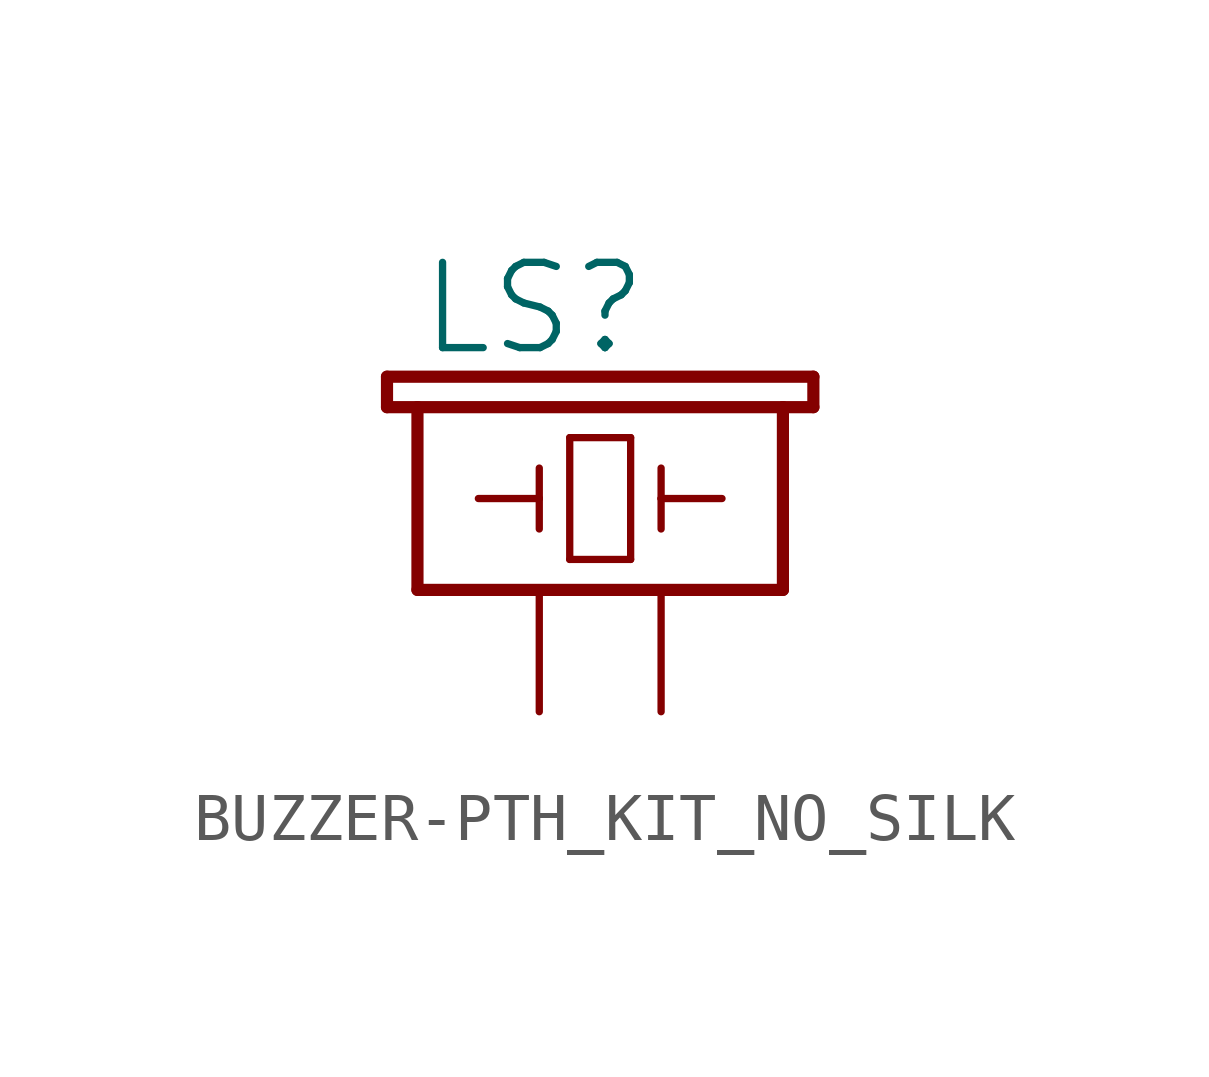
<source format=kicad_sym>
(kicad_symbol_lib
  (version 20231120)
  (generator "kicad_symbol_editor")
  (generator_version "8.0")
  (symbol "BUZZER-PTH_KIT_NO_SILK"
    (property "Reference" "LS"
      (at -2.54 4.826 0)
      (effects (font (size 1.778 1.778)) (justify left bottom)))
    (property "Value" ""
      (at 5.334 0 0)
      (effects (font (size 1.778 1.778)) (justify left bottom)))
    (property "ki_locked" ""
      (at 0 0 0)
      (effects (font (size 1.27 1.27))))
    (symbol "BUZZER-PTH_KIT_NO_SILK_1_0"
      (polyline (pts (xy -3.175 3.81) (xy -2.54 3.81)) (stroke (width 0.254) (type solid)) (fill (type none)))
      (polyline (pts (xy -3.175 4.445) (xy -3.175 3.81)) (stroke (width 0.254) (type solid)) (fill (type none)))
      (polyline (pts (xy -2.54 0) (xy 5.08 0)) (stroke (width 0.254) (type solid)) (fill (type none)))
      (polyline (pts (xy -2.54 3.81) (xy -2.54 0)) (stroke (width 0.254) (type solid)) (fill (type none)))
      (polyline (pts (xy -2.54 3.81) (xy 5.08 3.81)) (stroke (width 0.254) (type solid)) (fill (type none)))
      (polyline (pts (xy -1.27 1.905) (xy 0 1.905)) (stroke (width 0.152) (type solid)) (fill (type none)))
      (polyline (pts (xy 0 1.905) (xy 0 1.27)) (stroke (width 0.152) (type solid)) (fill (type none)))
      (polyline (pts (xy 0 1.905) (xy 0 2.54)) (stroke (width 0.152) (type solid)) (fill (type none)))
      (polyline (pts (xy 0.635 0.635) (xy 1.905 0.635)) (stroke (width 0.152) (type solid)) (fill (type none)))
      (polyline (pts (xy 0.635 3.175) (xy 0.635 0.635)) (stroke (width 0.152) (type solid)) (fill (type none)))
      (polyline (pts (xy 1.905 0.635) (xy 1.905 3.175)) (stroke (width 0.152) (type solid)) (fill (type none)))
      (polyline (pts (xy 1.905 3.175) (xy 0.635 3.175)) (stroke (width 0.152) (type solid)) (fill (type none)))
      (polyline (pts (xy 2.54 1.905) (xy 2.54 1.27)) (stroke (width 0.152) (type solid)) (fill (type none)))
      (polyline (pts (xy 2.54 1.905) (xy 3.81 1.905)) (stroke (width 0.152) (type solid)) (fill (type none)))
      (polyline (pts (xy 2.54 2.54) (xy 2.54 1.905)) (stroke (width 0.152) (type solid)) (fill (type none)))
      (polyline (pts (xy 5.08 0) (xy 5.08 3.81)) (stroke (width 0.254) (type solid)) (fill (type none)))
      (polyline (pts (xy 5.08 3.81) (xy 5.715 3.81)) (stroke (width 0.254) (type solid)) (fill (type none)))
      (polyline (pts (xy 5.715 3.81) (xy 5.715 4.445)) (stroke (width 0.254) (type solid)) (fill (type none)))
      (polyline (pts (xy 5.715 4.445) (xy -3.175 4.445)) (stroke (width 0.254) (type solid)) (fill (type none)))
      (pin passive line (at 0 -2.54 90) (length 2.54) (name "1" (effects (font (size 0 0)))) (number "+" (effects (font (size 0 0)))))
      (pin passive line (at 2.54 -2.54 90) (length 2.54) (name "2" (effects (font (size 0 0)))) (number "-" (effects (font (size 0 0))))))))
</source>
